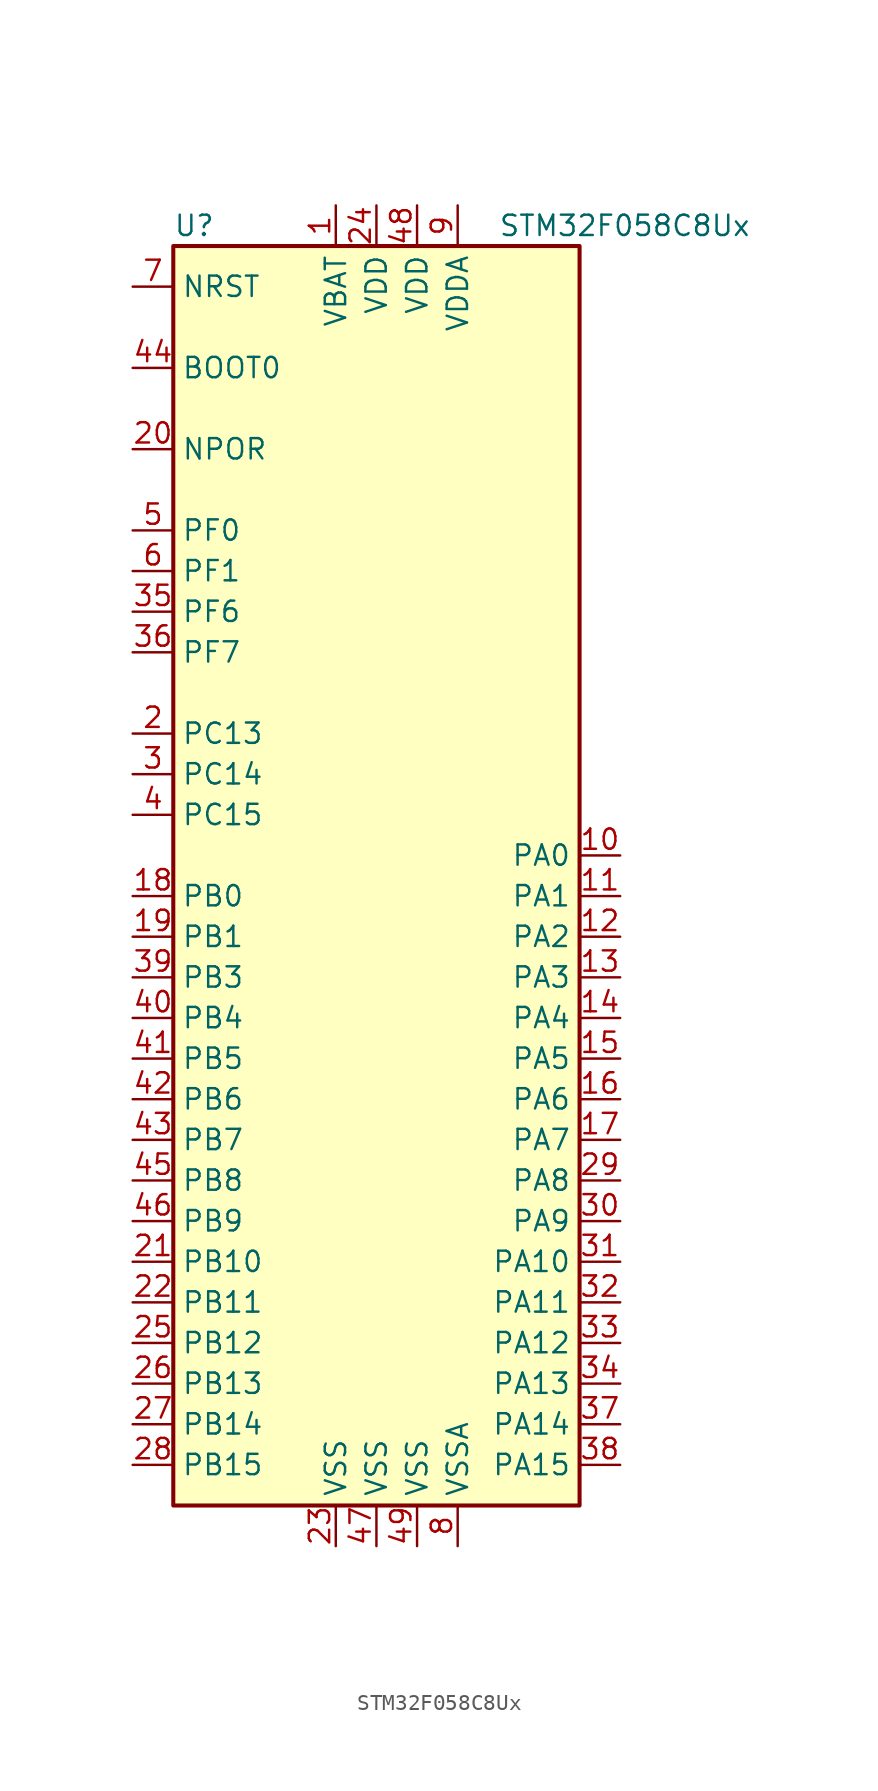
<source format=kicad_sym>
(kicad_symbol_lib
  (version 20201005)
  (generator kicad_symbol_editor)
  (symbol "STM32F058C8Ux"
    (property "Reference" "U"
      (at -12.7 39.37 0)
      (effects (font (size 1.27 1.27)) (justify left)))
    (property "Value" "STM32F058C8Ux"
      (at 7.62 39.37 0)
      (effects (font (size 1.27 1.27)) (justify left)))
    (symbol "STM32F058C8Ux_0_1"
      (rectangle (start -12.7 -40.64) (end 12.7 38.1) (stroke (width 0.254)) (fill (type background))))
    (symbol "STM32F058C8Ux_1_1"
      (pin input line (at -15.24 30.48 0) (length 2.54) (name "BOOT0" (effects (font (size 1.27 1.27)))) (number "44" (effects (font (size 1.27 1.27)))))
      (pin power_in line (at -15.24 25.4 0) (length 2.54) (name "NPOR" (effects (font (size 1.27 1.27)))) (number "20" (effects (font (size 1.27 1.27)))))
      (pin input line (at -15.24 35.56 0) (length 2.54) (name "NRST" (effects (font (size 1.27 1.27)))) (number "7" (effects (font (size 1.27 1.27)))))
      (pin bidirectional line (at 15.24 0 180) (length 2.54) (name "PA0" (effects (font (size 1.27 1.27)))) (number "10" (effects (font (size 1.27 1.27)))))
      (pin bidirectional line (at 15.24 -2.54 180) (length 2.54) (name "PA1" (effects (font (size 1.27 1.27)))) (number "11" (effects (font (size 1.27 1.27)))))
      (pin bidirectional line (at 15.24 -25.4 180) (length 2.54) (name "PA10" (effects (font (size 1.27 1.27)))) (number "31" (effects (font (size 1.27 1.27)))))
      (pin bidirectional line (at 15.24 -27.94 180) (length 2.54) (name "PA11" (effects (font (size 1.27 1.27)))) (number "32" (effects (font (size 1.27 1.27)))))
      (pin bidirectional line (at 15.24 -30.48 180) (length 2.54) (name "PA12" (effects (font (size 1.27 1.27)))) (number "33" (effects (font (size 1.27 1.27)))))
      (pin bidirectional line (at 15.24 -33.02 180) (length 2.54) (name "PA13" (effects (font (size 1.27 1.27)))) (number "34" (effects (font (size 1.27 1.27)))))
      (pin bidirectional line (at 15.24 -35.56 180) (length 2.54) (name "PA14" (effects (font (size 1.27 1.27)))) (number "37" (effects (font (size 1.27 1.27)))))
      (pin bidirectional line (at 15.24 -38.1 180) (length 2.54) (name "PA15" (effects (font (size 1.27 1.27)))) (number "38" (effects (font (size 1.27 1.27)))))
      (pin bidirectional line (at 15.24 -5.08 180) (length 2.54) (name "PA2" (effects (font (size 1.27 1.27)))) (number "12" (effects (font (size 1.27 1.27)))))
      (pin bidirectional line (at 15.24 -7.62 180) (length 2.54) (name "PA3" (effects (font (size 1.27 1.27)))) (number "13" (effects (font (size 1.27 1.27)))))
      (pin bidirectional line (at 15.24 -10.16 180) (length 2.54) (name "PA4" (effects (font (size 1.27 1.27)))) (number "14" (effects (font (size 1.27 1.27)))))
      (pin bidirectional line (at 15.24 -12.7 180) (length 2.54) (name "PA5" (effects (font (size 1.27 1.27)))) (number "15" (effects (font (size 1.27 1.27)))))
      (pin bidirectional line (at 15.24 -15.24 180) (length 2.54) (name "PA6" (effects (font (size 1.27 1.27)))) (number "16" (effects (font (size 1.27 1.27)))))
      (pin bidirectional line (at 15.24 -17.78 180) (length 2.54) (name "PA7" (effects (font (size 1.27 1.27)))) (number "17" (effects (font (size 1.27 1.27)))))
      (pin bidirectional line (at 15.24 -20.32 180) (length 2.54) (name "PA8" (effects (font (size 1.27 1.27)))) (number "29" (effects (font (size 1.27 1.27)))))
      (pin bidirectional line (at 15.24 -22.86 180) (length 2.54) (name "PA9" (effects (font (size 1.27 1.27)))) (number "30" (effects (font (size 1.27 1.27)))))
      (pin bidirectional line (at -15.24 -2.54 0) (length 2.54) (name "PB0" (effects (font (size 1.27 1.27)))) (number "18" (effects (font (size 1.27 1.27)))))
      (pin bidirectional line (at -15.24 -5.08 0) (length 2.54) (name "PB1" (effects (font (size 1.27 1.27)))) (number "19" (effects (font (size 1.27 1.27)))))
      (pin bidirectional line (at -15.24 -25.4 0) (length 2.54) (name "PB10" (effects (font (size 1.27 1.27)))) (number "21" (effects (font (size 1.27 1.27)))))
      (pin bidirectional line (at -15.24 -27.94 0) (length 2.54) (name "PB11" (effects (font (size 1.27 1.27)))) (number "22" (effects (font (size 1.27 1.27)))))
      (pin bidirectional line (at -15.24 -30.48 0) (length 2.54) (name "PB12" (effects (font (size 1.27 1.27)))) (number "25" (effects (font (size 1.27 1.27)))))
      (pin bidirectional line (at -15.24 -33.02 0) (length 2.54) (name "PB13" (effects (font (size 1.27 1.27)))) (number "26" (effects (font (size 1.27 1.27)))))
      (pin bidirectional line (at -15.24 -35.56 0) (length 2.54) (name "PB14" (effects (font (size 1.27 1.27)))) (number "27" (effects (font (size 1.27 1.27)))))
      (pin bidirectional line (at -15.24 -38.1 0) (length 2.54) (name "PB15" (effects (font (size 1.27 1.27)))) (number "28" (effects (font (size 1.27 1.27)))))
      (pin bidirectional line (at -15.24 -7.62 0) (length 2.54) (name "PB3" (effects (font (size 1.27 1.27)))) (number "39" (effects (font (size 1.27 1.27)))))
      (pin bidirectional line (at -15.24 -10.16 0) (length 2.54) (name "PB4" (effects (font (size 1.27 1.27)))) (number "40" (effects (font (size 1.27 1.27)))))
      (pin bidirectional line (at -15.24 -12.7 0) (length 2.54) (name "PB5" (effects (font (size 1.27 1.27)))) (number "41" (effects (font (size 1.27 1.27)))))
      (pin bidirectional line (at -15.24 -15.24 0) (length 2.54) (name "PB6" (effects (font (size 1.27 1.27)))) (number "42" (effects (font (size 1.27 1.27)))))
      (pin bidirectional line (at -15.24 -17.78 0) (length 2.54) (name "PB7" (effects (font (size 1.27 1.27)))) (number "43" (effects (font (size 1.27 1.27)))))
      (pin bidirectional line (at -15.24 -20.32 0) (length 2.54) (name "PB8" (effects (font (size 1.27 1.27)))) (number "45" (effects (font (size 1.27 1.27)))))
      (pin bidirectional line (at -15.24 -22.86 0) (length 2.54) (name "PB9" (effects (font (size 1.27 1.27)))) (number "46" (effects (font (size 1.27 1.27)))))
      (pin bidirectional line (at -15.24 7.62 0) (length 2.54) (name "PC13" (effects (font (size 1.27 1.27)))) (number "2" (effects (font (size 1.27 1.27)))))
      (pin bidirectional line (at -15.24 5.08 0) (length 2.54) (name "PC14" (effects (font (size 1.27 1.27)))) (number "3" (effects (font (size 1.27 1.27)))))
      (pin bidirectional line (at -15.24 2.54 0) (length 2.54) (name "PC15" (effects (font (size 1.27 1.27)))) (number "4" (effects (font (size 1.27 1.27)))))
      (pin input line (at -15.24 20.32 0) (length 2.54) (name "PF0" (effects (font (size 1.27 1.27)))) (number "5" (effects (font (size 1.27 1.27)))))
      (pin input line (at -15.24 17.78 0) (length 2.54) (name "PF1" (effects (font (size 1.27 1.27)))) (number "6" (effects (font (size 1.27 1.27)))))
      (pin bidirectional line (at -15.24 15.24 0) (length 2.54) (name "PF6" (effects (font (size 1.27 1.27)))) (number "35" (effects (font (size 1.27 1.27)))))
      (pin bidirectional line (at -15.24 12.7 0) (length 2.54) (name "PF7" (effects (font (size 1.27 1.27)))) (number "36" (effects (font (size 1.27 1.27)))))
      (pin power_in line (at -2.54 40.64 270) (length 2.54) (name "VBAT" (effects (font (size 1.27 1.27)))) (number "1" (effects (font (size 1.27 1.27)))))
      (pin power_in line (at 0 40.64 270) (length 2.54) (name "VDD" (effects (font (size 1.27 1.27)))) (number "24" (effects (font (size 1.27 1.27)))))
      (pin power_in line (at 2.54 40.64 270) (length 2.54) (name "VDD" (effects (font (size 1.27 1.27)))) (number "48" (effects (font (size 1.27 1.27)))))
      (pin power_in line (at 5.08 40.64 270) (length 2.54) (name "VDDA" (effects (font (size 1.27 1.27)))) (number "9" (effects (font (size 1.27 1.27)))))
      (pin power_in line (at -2.54 -43.18 90) (length 2.54) (name "VSS" (effects (font (size 1.27 1.27)))) (number "23" (effects (font (size 1.27 1.27)))))
      (pin power_in line (at 0 -43.18 90) (length 2.54) (name "VSS" (effects (font (size 1.27 1.27)))) (number "47" (effects (font (size 1.27 1.27)))))
      (pin power_in line (at 2.54 -43.18 90) (length 2.54) (name "VSS" (effects (font (size 1.27 1.27)))) (number "49" (effects (font (size 1.27 1.27)))))
      (pin power_in line (at 5.08 -43.18 90) (length 2.54) (name "VSSA" (effects (font (size 1.27 1.27)))) (number "8" (effects (font (size 1.27 1.27))))))))
</source>
